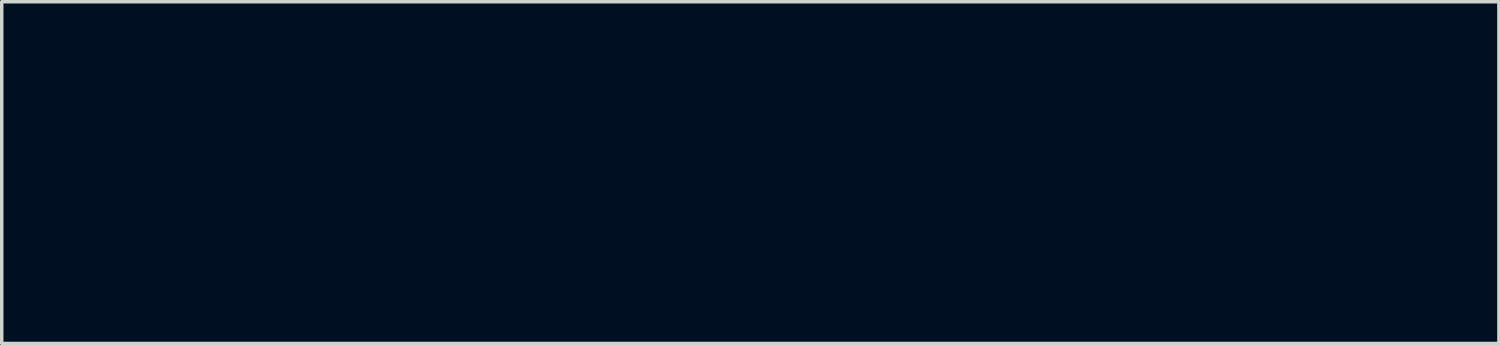
<source format=kicad_pcb>
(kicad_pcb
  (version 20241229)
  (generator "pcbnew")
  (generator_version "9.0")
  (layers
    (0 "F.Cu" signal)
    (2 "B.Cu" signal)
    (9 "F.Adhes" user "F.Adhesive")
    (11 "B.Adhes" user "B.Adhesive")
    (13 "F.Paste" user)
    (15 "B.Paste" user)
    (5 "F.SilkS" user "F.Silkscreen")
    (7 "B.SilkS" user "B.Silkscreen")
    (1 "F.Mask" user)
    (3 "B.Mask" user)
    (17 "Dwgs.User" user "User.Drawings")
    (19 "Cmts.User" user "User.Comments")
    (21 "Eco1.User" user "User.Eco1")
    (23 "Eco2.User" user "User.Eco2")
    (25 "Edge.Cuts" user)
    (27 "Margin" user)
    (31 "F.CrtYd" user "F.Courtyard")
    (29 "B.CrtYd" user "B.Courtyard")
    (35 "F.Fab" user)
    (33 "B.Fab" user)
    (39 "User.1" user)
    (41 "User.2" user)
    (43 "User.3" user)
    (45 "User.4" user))
  (footprint "logo_s_F_Mask"
    (layer "F.Cu")
    (at 18.393 2.459)
    (property "Reference" "logo_s_F_Mask" (at 0 0 0) (layer "F.Mask") (effects (font (size 1.524 1.524) (thickness 0.3))))
    (attr through_hole)
    (fp_poly (pts (xy 5.906 -1.411) (xy 5.798 -1.268) (xy 5.68 -1.131) (xy 5.511 -0.898) (xy 5.319 -0.573) (xy 5.127 -0.2) (xy 4.954 0.179) (xy 4.821 0.519) (xy 4.749 0.777) (xy 4.741 0.85) (xy 4.815 0.986) (xy 4.974 1.04) (xy 5 1.056) (xy 4.881 1.069) (xy 4.639 1.078) (xy 4.445 1.08) (xy 4.097 1.079) (xy 3.905 1.069) (xy 3.856 1.047) (xy 3.936 1.012) (xy 3.945 1.009) (xy 4.072 0.957) (xy 4.182 0.861) (xy 4.296 0.694) (xy 4.434 0.424) (xy 4.58 0.107) (xy 4.857 -0.436) (xy 5.152 -0.886) (xy 5.448 -1.223) (xy 5.729 -1.424) (xy 5.826 -1.46) (xy 5.913 -1.468) (xy 5.906 -1.411)) (stroke (width 0.01) (type solid)) (fill yes) (layer "F.Mask"))
    (fp_poly (pts (xy -11.174 -1.001) (xy -11.069 -0.979) (xy -11.098 -0.933) (xy -11.113 -0.925) (xy -11.185 -0.856) (xy -11.23 -0.729) (xy -11.253 -0.509) (xy -11.261 -0.162) (xy -11.261 -0.078) (xy -11.258 0.286) (xy -11.243 0.516) (xy -11.209 0.649) (xy -11.147 0.721) (xy -11.07 0.759) (xy -11.003 0.801) (xy -11.072 0.825) (xy -11.291 0.832) (xy -11.388 0.831) (xy -11.627 0.824) (xy -11.755 0.808) (xy -11.748 0.788) (xy -11.679 0.75) (xy -11.635 0.657) (xy -11.611 0.478) (xy -11.601 0.181) (xy -11.599 -0.085) (xy -11.603 -0.473) (xy -11.617 -0.724) (xy -11.648 -0.868) (xy -11.7 -0.938) (xy -11.748 -0.958) (xy -11.754 -0.979) (xy -11.622 -0.996) (xy -11.43 -1.004) (xy -11.174 -1.001)) (stroke (width 0.01) (type solid)) (fill yes) (layer "F.Mask"))
    (fp_poly (pts (xy -9.655 -1.01) (xy -9.545 -0.989) (xy -9.554 -0.944) (xy -9.597 -0.909) (xy -9.67 -0.828) (xy -9.711 -0.695) (xy -9.726 -0.472) (xy -9.721 -0.121) (xy -9.719 -0.083) (xy -9.694 0.635) (xy -9.132 0.66) (xy -8.825 0.668) (xy -8.635 0.649) (xy -8.511 0.588) (xy -8.401 0.471) (xy -8.384 0.45) (xy -8.2 0.214) (xy -8.26 0.467) (xy -8.314 0.666) (xy -8.356 0.783) (xy -8.45 0.807) (xy -8.679 0.826) (xy -9.009 0.837) (xy -9.407 0.84) (xy -9.424 0.84) (xy -9.805 0.834) (xy -10.102 0.822) (xy -10.288 0.806) (xy -10.334 0.787) (xy -10.329 0.785) (xy -10.212 0.718) (xy -10.137 0.604) (xy -10.096 0.409) (xy -10.079 0.097) (xy -10.077 -0.144) (xy -10.082 -0.502) (xy -10.105 -0.728) (xy -10.152 -0.858) (xy -10.223 -0.925) (xy -10.273 -0.975) (xy -10.192 -1.002) (xy -9.964 -1.013) (xy -9.911 -1.013) (xy -9.655 -1.01)) (stroke (width 0.01) (type solid)) (fill yes) (layer "F.Mask"))
    (fp_poly (pts (xy -7.05 -1.003) (xy -6.929 -0.981) (xy -6.942 -0.939) (xy -6.964 -0.925) (xy -7.037 -0.855) (xy -7.081 -0.728) (xy -7.104 -0.508) (xy -7.112 -0.16) (xy -7.112 -0.08) (xy -7.112 0.677) (xy -6.558 0.677) (xy -6.243 0.669) (xy -6.043 0.634) (xy -5.901 0.555) (xy -5.799 0.457) (xy -5.595 0.237) (xy -5.676 0.52) (xy -5.73 0.715) (xy -5.757 0.821) (xy -5.757 0.825) (xy -5.837 0.833) (xy -6.053 0.838) (xy -6.374 0.841) (xy -6.766 0.84) (xy -6.795 0.84) (xy -7.177 0.834) (xy -7.475 0.822) (xy -7.662 0.806) (xy -7.71 0.787) (xy -7.705 0.785) (xy -7.588 0.719) (xy -7.513 0.605) (xy -7.472 0.411) (xy -7.454 0.101) (xy -7.452 -0.151) (xy -7.455 -0.498) (xy -7.471 -0.714) (xy -7.511 -0.835) (xy -7.582 -0.901) (xy -7.641 -0.929) (xy -7.71 -0.971) (xy -7.646 -0.996) (xy -7.432 -1.007) (xy -7.324 -1.008) (xy -7.05 -1.003)) (stroke (width 0.01) (type solid)) (fill yes) (layer "F.Mask"))
    (fp_poly (pts (xy 15.194 -1.05) (xy 15.571 -0.956) (xy 15.892 -0.781) (xy 16.126 -0.522) (xy 16.223 -0.287) (xy 16.216 0.001) (xy 16.081 0.303) (xy 15.846 0.568) (xy 15.665 0.691) (xy 15.348 0.794) (xy 14.943 0.84) (xy 14.523 0.827) (xy 14.161 0.754) (xy 14.09 0.726) (xy 13.811 0.546) (xy 13.591 0.296) (xy 13.472 0.03) (xy 13.464 -0.042) (xy 13.889 -0.042) (xy 14.006 0.291) (xy 14.066 0.377) (xy 14.367 0.631) (xy 14.739 0.753) (xy 15.139 0.735) (xy 15.406 0.636) (xy 15.644 0.425) (xy 15.776 0.12) (xy 15.785 -0.231) (xy 15.75 -0.374) (xy 15.585 -0.673) (xy 15.316 -0.854) (xy 14.927 -0.929) (xy 14.813 -0.931) (xy 14.525 -0.914) (xy 14.327 -0.844) (xy 14.143 -0.694) (xy 14.133 -0.684) (xy 13.931 -0.378) (xy 13.889 -0.042) (xy 13.464 -0.042) (xy 13.462 -0.058) (xy 13.535 -0.396) (xy 13.736 -0.669) (xy 14.032 -0.873) (xy 14.394 -1.006) (xy 14.791 -1.066) (xy 15.194 -1.05)) (stroke (width 0.01) (type solid)) (fill yes) (layer "F.Mask"))
    (fp_poly (pts (xy 12.442 -1.009) (xy 12.694 -0.946) (xy 12.821 -0.877) (xy 12.865 -0.769) (xy 12.869 -0.677) (xy 12.869 -0.436) (xy 12.622 -0.684) (xy 12.437 -0.839) (xy 12.243 -0.912) (xy 11.961 -0.931) (xy 11.94 -0.931) (xy 11.49 -0.885) (xy 11.17 -0.74) (xy 10.969 -0.49) (xy 10.919 -0.359) (xy 10.876 0.016) (xy 10.99 0.329) (xy 11.262 0.581) (xy 11.28 0.592) (xy 11.648 0.729) (xy 12.05 0.739) (xy 12.436 0.631) (xy 12.751 0.414) (xy 12.826 0.326) (xy 12.92 0.215) (xy 12.933 0.247) (xy 12.922 0.282) (xy 12.877 0.448) (xy 12.869 0.509) (xy 12.816 0.62) (xy 12.736 0.714) (xy 12.559 0.797) (xy 12.267 0.842) (xy 11.911 0.848) (xy 11.541 0.816) (xy 11.207 0.746) (xy 11.049 0.689) (xy 10.739 0.518) (xy 10.556 0.323) (xy 10.458 0.058) (xy 10.442 -0.033) (xy 10.428 -0.237) (xy 10.486 -0.399) (xy 10.645 -0.586) (xy 10.682 -0.624) (xy 11.061 -0.909) (xy 11.499 -1.058) (xy 12.017 -1.075) (xy 12.442 -1.009)) (stroke (width 0.01) (type solid)) (fill yes) (layer "F.Mask"))
    (fp_poly (pts (xy 6.205 -1.854) (xy 6.578 -1.765) (xy 6.88 -1.603) (xy 7.048 -1.46) (xy 7.234 -1.176) (xy 7.285 -0.836) (xy 7.194 -0.504) (xy 7.194 -0.503) (xy 6.997 -0.295) (xy 6.687 -0.141) (xy 6.317 -0.059) (xy 5.939 -0.064) (xy 5.842 -0.082) (xy 5.546 -0.152) (xy 5.91 -0.161) (xy 6.32 -0.227) (xy 6.639 -0.392) (xy 6.846 -0.632) (xy 6.92 -0.928) (xy 6.882 -1.155) (xy 6.756 -1.407) (xy 6.556 -1.58) (xy 6.256 -1.684) (xy 5.832 -1.73) (xy 5.56 -1.736) (xy 5.165 -1.729) (xy 4.886 -1.704) (xy 4.671 -1.65) (xy 4.467 -1.557) (xy 4.406 -1.524) (xy 4.037 -1.256) (xy 3.784 -0.943) (xy 3.662 -0.614) (xy 3.68 -0.293) (xy 3.772 -0.104) (xy 3.843 0.041) (xy 3.808 0.095) (xy 3.701 0.062) (xy 3.554 -0.053) (xy 3.47 -0.148) (xy 3.325 -0.442) (xy 3.331 -0.74) (xy 3.473 -1.029) (xy 3.734 -1.295) (xy 4.097 -1.527) (xy 4.545 -1.71) (xy 5.062 -1.833) (xy 5.631 -1.882) (xy 5.715 -1.883) (xy 6.205 -1.854)) (stroke (width 0.01) (type solid)) (fill yes) (layer "F.Mask"))
    (fp_poly (pts (xy -3.451 -1.043) (xy -3.069 -0.923) (xy -2.755 -0.729) (xy -2.54 -0.472) (xy -2.456 -0.162) (xy -2.455 -0.145) (xy -2.535 0.197) (xy -2.752 0.5) (xy -3.077 0.719) (xy -3.102 0.73) (xy -3.456 0.82) (xy -3.879 0.845) (xy -4.296 0.805) (xy -4.635 0.703) (xy -4.658 0.692) (xy -4.91 0.495) (xy -5.105 0.232) (xy -5.108 0.226) (xy -5.202 0.018) (xy -5.217 -0.13) (xy -5.214 -0.138) (xy -4.747 -0.138) (xy -4.713 0.194) (xy -4.655 0.343) (xy -4.448 0.564) (xy -4.144 0.7) (xy -3.794 0.746) (xy -3.448 0.698) (xy -3.158 0.552) (xy -3.074 0.472) (xy -2.902 0.154) (xy -2.879 -0.195) (xy -3.002 -0.529) (xy -3.126 -0.684) (xy -3.298 -0.831) (xy -3.475 -0.905) (xy -3.726 -0.93) (xy -3.85 -0.931) (xy -4.154 -0.917) (xy -4.354 -0.861) (xy -4.514 -0.743) (xy -4.534 -0.724) (xy -4.684 -0.469) (xy -4.747 -0.138) (xy -5.214 -0.138) (xy -5.154 -0.306) (xy -5.108 -0.4) (xy -4.94 -0.645) (xy -4.728 -0.842) (xy -4.692 -0.865) (xy -4.294 -1.025) (xy -3.87 -1.081) (xy -3.451 -1.043)) (stroke (width 0.01) (type solid)) (fill yes) (layer "F.Mask"))
    (fp_poly (pts (xy 9.841 -0.801) (xy 9.805 -0.651) (xy 9.755 -0.656) (xy 9.676 -0.762) (xy 9.583 -0.861) (xy 9.448 -0.91) (xy 9.223 -0.921) (xy 9.031 -0.914) (xy 8.509 -0.889) (xy 8.483 -0.572) (xy 8.456 -0.254) (xy 8.868 -0.254) (xy 9.131 -0.274) (xy 9.329 -0.324) (xy 9.381 -0.356) (xy 9.448 -0.387) (xy 9.478 -0.288) (xy 9.483 -0.138) (xy 9.476 0.062) (xy 9.442 0.119) (xy 9.362 0.061) (xy 9.35 0.048) (xy 9.16 -0.046) (xy 8.867 -0.084) (xy 8.842 -0.085) (xy 8.467 -0.085) (xy 8.467 0.677) (xy 9.031 0.677) (xy 9.402 0.66) (xy 9.641 0.605) (xy 9.751 0.537) (xy 9.87 0.465) (xy 9.904 0.533) (xy 9.855 0.713) (xy 9.808 0.77) (xy 9.703 0.808) (xy 9.511 0.83) (xy 9.204 0.838) (xy 8.775 0.837) (xy 8.397 0.83) (xy 8.106 0.819) (xy 7.928 0.805) (xy 7.89 0.79) (xy 7.895 0.788) (xy 7.964 0.75) (xy 8.008 0.657) (xy 8.032 0.478) (xy 8.042 0.181) (xy 8.043 -0.084) (xy 8.035 -0.517) (xy 8.009 -0.797) (xy 7.963 -0.938) (xy 7.938 -0.96) (xy 7.975 -0.977) (xy 8.153 -0.991) (xy 8.444 -1.003) (xy 8.82 -1.009) (xy 8.857 -1.009) (xy 9.883 -1.016) (xy 9.841 -0.801)) (stroke (width 0.01) (type solid)) (fill yes) (layer "F.Mask"))
    (fp_poly (pts (xy 18.796 -0.826) (xy 18.796 -0.593) (xy 18.623 -0.766) (xy 18.493 -0.864) (xy 18.324 -0.912) (xy 18.061 -0.919) (xy 17.924 -0.914) (xy 17.399 -0.889) (xy 17.373 -0.572) (xy 17.346 -0.254) (xy 17.8 -0.254) (xy 18.075 -0.272) (xy 18.286 -0.318) (xy 18.356 -0.356) (xy 18.422 -0.386) (xy 18.452 -0.288) (xy 18.457 -0.131) (xy 18.451 0.074) (xy 18.419 0.137) (xy 18.336 0.086) (xy 18.302 0.055) (xy 18.082 -0.048) (xy 17.747 -0.085) (xy 17.347 -0.085) (xy 17.373 0.275) (xy 17.399 0.635) (xy 17.967 0.66) (xy 18.29 0.666) (xy 18.496 0.641) (xy 18.635 0.575) (xy 18.708 0.512) (xy 18.836 0.416) (xy 18.878 0.455) (xy 18.828 0.614) (xy 18.793 0.683) (xy 18.741 0.753) (xy 18.653 0.799) (xy 18.499 0.826) (xy 18.248 0.837) (xy 17.868 0.838) (xy 17.714 0.837) (xy 17.344 0.83) (xy 17.061 0.819) (xy 16.894 0.805) (xy 16.867 0.789) (xy 16.87 0.788) (xy 16.939 0.75) (xy 16.983 0.657) (xy 17.007 0.478) (xy 17.017 0.181) (xy 17.018 -0.084) (xy 17.01 -0.515) (xy 16.984 -0.794) (xy 16.939 -0.935) (xy 16.912 -0.957) (xy 16.949 -0.975) (xy 17.126 -0.994) (xy 17.416 -1.012) (xy 17.789 -1.027) (xy 17.801 -1.028) (xy 18.796 -1.058) (xy 18.796 -0.826)) (stroke (width 0.01) (type solid)) (fill yes) (layer "F.Mask"))
    (fp_poly (pts (xy -0.126 -1.001) (xy -0.045 -0.949) (xy -0.051 -0.898) (xy -0.036 -0.77) (xy 0.044 -0.54) (xy 0.173 -0.252) (xy 0.199 -0.199) (xy 0.494 0.381) (xy 0.761 -0.2) (xy 0.883 -0.496) (xy 0.963 -0.741) (xy 0.984 -0.888) (xy 0.982 -0.899) (xy 0.997 -0.979) (xy 1.141 -1.011) (xy 1.251 -1.013) (xy 1.442 -1.004) (xy 1.483 -0.974) (xy 1.416 -0.924) (xy 1.319 -0.815) (xy 1.17 -0.589) (xy 0.993 -0.28) (xy 0.844 0.005) (xy 0.671 0.342) (xy 0.525 0.615) (xy 0.422 0.793) (xy 0.381 0.847) (xy 0.327 0.777) (xy 0.219 0.59) (xy 0.078 0.323) (xy 0.032 0.233) (xy -0.277 -0.38) (xy -0.58 0.233) (xy -0.726 0.518) (xy -0.847 0.732) (xy -0.92 0.84) (xy -0.93 0.847) (xy -0.982 0.775) (xy -1.087 0.58) (xy -1.228 0.295) (xy -1.348 0.038) (xy -1.519 -0.312) (xy -1.687 -0.612) (xy -1.827 -0.822) (xy -1.894 -0.893) (xy -1.987 -0.967) (xy -1.97 -1.003) (xy -1.821 -1.015) (xy -1.678 -1.016) (xy -1.44 -1.007) (xy -1.334 -0.97) (xy -1.321 -0.886) (xy -1.327 -0.858) (xy -1.312 -0.737) (xy -1.245 -0.528) (xy -1.145 -0.275) (xy -1.032 -0.022) (xy -0.925 0.189) (xy -0.842 0.313) (xy -0.809 0.326) (xy -0.76 0.24) (xy -0.659 0.049) (xy -0.563 -0.14) (xy -0.344 -0.577) (xy -0.517 -0.796) (xy -0.69 -1.016) (xy -0.347 -1.016) (xy -0.126 -1.001)) (stroke (width 0.01) (type solid)) (fill yes) (layer "F.Mask"))
    (fp_poly (pts (xy -12.455 -2.417) (xy -12.286 -2.317) (xy -12.143 -2.121) (xy -12.133 -1.834) (xy -12.255 -1.47) (xy -12.475 -1.086) (xy -12.691 -0.776) (xy -12.948 -0.429) (xy -13.226 -0.069) (xy -13.506 0.281) (xy -13.77 0.598) (xy -13.999 0.859) (xy -14.172 1.041) (xy -14.273 1.121) (xy -14.289 1.118) (xy -14.314 0.996) (xy -14.355 0.744) (xy -14.407 0.397) (xy -14.464 -0.006) (xy -14.465 -0.007) (xy -14.605 -1.027) (xy -15.363 0.042) (xy -15.679 0.487) (xy -15.912 0.806) (xy -16.074 1.014) (xy -16.176 1.126) (xy -16.232 1.157) (xy -16.254 1.119) (xy -16.256 1.084) (xy -16.269 0.837) (xy -16.304 0.49) (xy -16.356 0.083) (xy -16.417 -0.344) (xy -16.483 -0.75) (xy -16.547 -1.097) (xy -16.603 -1.342) (xy -16.633 -1.433) (xy -16.768 -1.629) (xy -16.946 -1.735) (xy -17.22 -1.775) (xy -17.367 -1.778) (xy -17.705 -1.706) (xy -17.958 -1.514) (xy -18.102 -1.238) (xy -18.117 -0.917) (xy -18.031 -0.672) (xy -17.989 -0.54) (xy -18.047 -0.519) (xy -18.177 -0.607) (xy -18.247 -0.678) (xy -18.388 -0.941) (xy -18.383 -1.224) (xy -18.25 -1.495) (xy -18.002 -1.723) (xy -17.666 -1.871) (xy -17.205 -1.922) (xy -16.802 -1.822) (xy -16.469 -1.582) (xy -16.215 -1.214) (xy -16.054 -0.729) (xy -15.996 -0.175) (xy -15.985 0.126) (xy -15.956 0.317) (xy -15.896 0.391) (xy -15.792 0.344) (xy -15.631 0.171) (xy -15.401 -0.134) (xy -15.118 -0.536) (xy -14.858 -0.901) (xy -14.629 -1.208) (xy -14.45 -1.434) (xy -14.338 -1.554) (xy -14.311 -1.568) (xy -14.279 -1.474) (xy -14.236 -1.245) (xy -14.188 -0.916) (xy -14.141 -0.52) (xy -14.139 -0.508) (xy -14.092 -0.111) (xy -14.045 0.22) (xy -14.003 0.451) (xy -13.972 0.549) (xy -13.971 0.549) (xy -13.897 0.503) (xy -13.752 0.343) (xy -13.558 0.098) (xy -13.335 -0.201) (xy -13.104 -0.528) (xy -12.887 -0.852) (xy -12.704 -1.144) (xy -12.594 -1.342) (xy -12.437 -1.686) (xy -12.374 -1.93) (xy -12.404 -2.115) (xy -12.524 -2.279) (xy -12.531 -2.286) (xy -12.621 -2.409) (xy -12.587 -2.454) (xy -12.455 -2.417)) (stroke (width 0.01) (type solid)) (fill yes) (layer "F.Mask")))
  (gr_rect
    (start -3 -3)
    (end 40.276 6.877)
    (stroke (width 0.1) (type default))
    (fill no)
    (layer "Edge.Cuts")))
</source>
